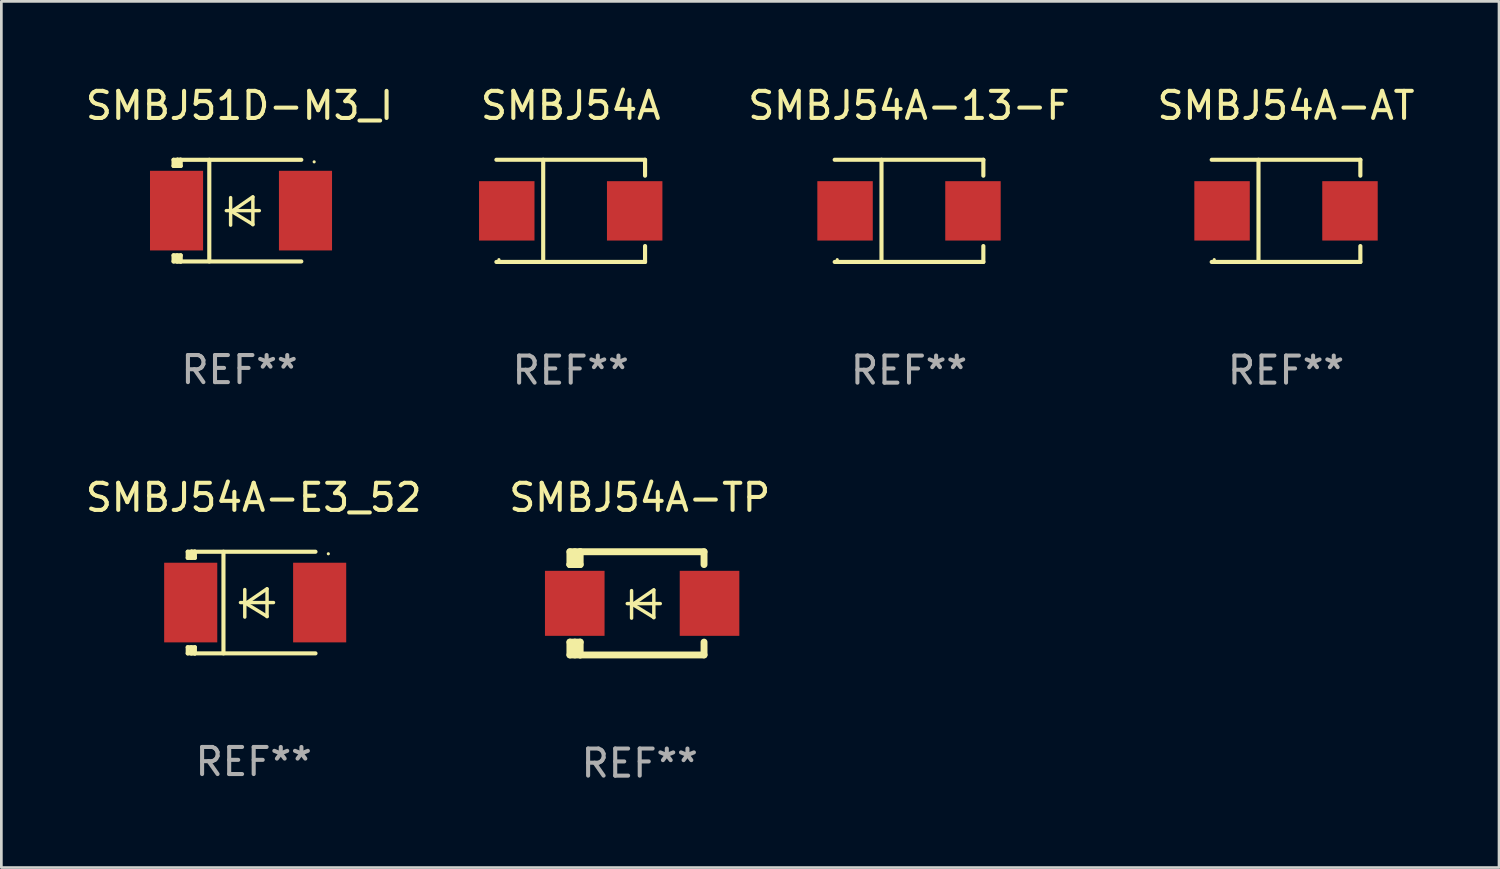
<source format=kicad_pcb>
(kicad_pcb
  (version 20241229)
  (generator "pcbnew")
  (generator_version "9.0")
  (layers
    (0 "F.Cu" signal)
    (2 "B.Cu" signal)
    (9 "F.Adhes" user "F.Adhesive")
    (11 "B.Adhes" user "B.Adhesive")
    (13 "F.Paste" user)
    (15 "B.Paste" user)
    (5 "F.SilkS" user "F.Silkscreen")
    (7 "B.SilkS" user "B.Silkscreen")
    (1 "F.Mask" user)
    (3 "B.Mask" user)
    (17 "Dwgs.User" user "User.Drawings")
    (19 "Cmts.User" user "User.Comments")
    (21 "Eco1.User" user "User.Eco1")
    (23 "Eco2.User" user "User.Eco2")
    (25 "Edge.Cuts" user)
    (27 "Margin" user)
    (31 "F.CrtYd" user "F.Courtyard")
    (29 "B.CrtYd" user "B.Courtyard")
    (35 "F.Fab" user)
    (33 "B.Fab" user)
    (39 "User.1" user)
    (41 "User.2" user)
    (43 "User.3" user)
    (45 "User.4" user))
  (footprint "SMBJ54A"
    (layer "F.Cu")
    (at 18.018 4.734)
    (property "Reference" "SMBJ54A" (at 0 -3.886 0) (layer "F.SilkS") (effects (font (size 1 1) (thickness 0.15))))
    (attr through_hole)
    (fp_line (start -2.744 -1.886) (end 2.744 -1.886) (stroke (width 0.152) (type solid)) (layer "F.SilkS"))
    (fp_line (start -2.744 1.886) (end 2.744 1.886) (stroke (width 0.152) (type solid)) (layer "F.SilkS"))
    (fp_line (start -1.016 -1.886) (end -1.016 1.886) (stroke (width 0.152) (type solid)) (layer "F.SilkS"))
    (fp_line (start 2.744 -1.886) (end 2.744 -1.299) (stroke (width 0.152) (type solid)) (layer "F.SilkS"))
    (fp_line (start 2.744 1.886) (end 2.744 1.299) (stroke (width 0.152) (type solid)) (layer "F.SilkS"))
    (fp_circle (center -2.65 1.8) (end -2.62 1.8) (stroke (width 0.06) (type solid)) (fill no) (layer "F.SilkS"))
    (fp_text user "REF**" (at 0 5.886 0) (layer "F.Fab") (effects (font (size 1 1) (thickness 0.15))))
    (pad "1" smd rect (at -2.361 0) (size 2.047 2.192) (layers "F.Cu" "F.Mask" "F.Paste"))
    (pad "2" smd rect (at 2.361 0) (size 2.047 2.192) (layers "F.Cu" "F.Mask" "F.Paste")))
  (footprint "SMBJ54A-E3_52"
    (layer "F.Cu")
    (at 6.315 19.193)
    (property "Reference" "SMBJ54A-E3_52" (at 0 -3.876 0) (layer "F.SilkS") (effects (font (size 1 1) (thickness 0.15))))
    (attr through_hole)
    (fp_line (start -2.435 1.65) (end -2.171 1.65) (stroke (width 0.152) (type solid)) (layer "F.SilkS"))
    (fp_line (start -2.435 1.876) (end -2.435 1.65) (stroke (width 0.152) (type solid)) (layer "F.SilkS"))
    (fp_line (start -2.435 -1.876) (end -2.171 -1.876) (stroke (width 0.152) (type solid)) (layer "F.SilkS"))
    (fp_line (start -2.435 -1.65) (end -2.435 -1.876) (stroke (width 0.152) (type solid)) (layer "F.SilkS"))
    (fp_line (start -2.305 -1.866) (end -2.295 -1.876) (stroke (width 0.152) (type solid)) (layer "F.SilkS"))
    (fp_line (start -2.305 -1.65) (end -2.305 -1.866) (stroke (width 0.152) (type solid)) (layer "F.SilkS"))
    (fp_line (start -2.305 1.876) (end -2.305 1.65) (stroke (width 0.152) (type solid)) (layer "F.SilkS"))
    (fp_line (start -2.295 -1.876) (end -2.295 -1.65) (stroke (width 0.152) (type solid)) (layer "F.SilkS"))
    (fp_line (start -2.171 1.876) (end -2.435 1.876) (stroke (width 0.152) (type solid)) (layer "F.SilkS"))
    (fp_line (start -2.171 -1.65) (end -2.435 -1.65) (stroke (width 0.152) (type solid)) (layer "F.SilkS"))
    (fp_line (start -2.171 -1.876) (end -2.295 -1.876) (stroke (width 0.152) (type solid)) (layer "F.SilkS"))
    (fp_line (start -2.171 -1.65) (end -2.171 -1.876) (stroke (width 0.152) (type solid)) (layer "F.SilkS"))
    (fp_line (start -2.171 1.876) (end -2.305 1.876) (stroke (width 0.152) (type solid)) (layer "F.SilkS"))
    (fp_line (start -2.171 1.876) (end -2.171 1.65) (stroke (width 0.152) (type solid)) (layer "F.SilkS"))
    (fp_line (start -1.116 1.876) (end -1.116 -1.876) (stroke (width 0.152) (type solid)) (layer "F.SilkS"))
    (fp_line (start -0.488 0.000102) (end 0.731 0.000102) (stroke (width 0.127) (type solid)) (layer "F.SilkS"))
    (fp_line (start -0.329 -0.48) (end -0.329 0.536) (stroke (width 0.127) (type solid)) (layer "F.SilkS"))
    (fp_line (start -0.29 0.03) (end 0.493 0.51) (stroke (width 0.127) (type solid)) (layer "F.SilkS"))
    (fp_line (start 0.493 -0.51) (end -0.29 0.03) (stroke (width 0.127) (type solid)) (layer "F.SilkS"))
    (fp_line (start 0.493 0.52) (end 0.493 -0.496) (stroke (width 0.127) (type solid)) (layer "F.SilkS"))
    (fp_line (start 2.281 -1.876) (end -2.171 -1.876) (stroke (width 0.152) (type solid)) (layer "F.SilkS"))
    (fp_line (start 2.281 1.876) (end -2.171 1.876) (stroke (width 0.152) (type solid)) (layer "F.SilkS"))
    (fp_circle (center 2.755 -1.8) (end 2.785 -1.8) (stroke (width 0.06) (type solid)) (fill no) (layer "F.SilkS"))
    (fp_text user "REF**" (at 0 5.876 0) (layer "F.Fab") (effects (font (size 1 1) (thickness 0.15))))
    (pad "1" smd rect (at 2.435 -0.000025 180) (size 1.96 2.94) (layers "F.Cu" "F.Mask" "F.Paste"))
    (pad "2" smd rect (at -2.325 -0.000025 180) (size 1.96 2.94) (layers "F.Cu" "F.Mask" "F.Paste")))
  (footprint "SMBJ54A-AT"
    (layer "F.Cu")
    (at 44.423 4.734)
    (property "Reference" "SMBJ54A-AT" (at 0 -3.886 0) (layer "F.SilkS") (effects (font (size 1 1) (thickness 0.15))))
    (attr through_hole)
    (fp_line (start -2.744 -1.886) (end 2.744 -1.886) (stroke (width 0.152) (type solid)) (layer "F.SilkS"))
    (fp_line (start -2.744 1.886) (end 2.744 1.886) (stroke (width 0.152) (type solid)) (layer "F.SilkS"))
    (fp_line (start -1.016 -1.886) (end -1.016 1.886) (stroke (width 0.152) (type solid)) (layer "F.SilkS"))
    (fp_line (start 2.744 -1.886) (end 2.744 -1.299) (stroke (width 0.152) (type solid)) (layer "F.SilkS"))
    (fp_line (start 2.744 1.886) (end 2.744 1.299) (stroke (width 0.152) (type solid)) (layer "F.SilkS"))
    (fp_circle (center -2.65 1.8) (end -2.62 1.8) (stroke (width 0.06) (type solid)) (fill no) (layer "F.SilkS"))
    (fp_text user "REF**" (at 0 5.886 0) (layer "F.Fab") (effects (font (size 1 1) (thickness 0.15))))
    (pad "1" smd rect (at -2.361 0) (size 2.047 2.192) (layers "F.Cu" "F.Mask" "F.Paste"))
    (pad "2" smd rect (at 2.361 0) (size 2.047 2.192) (layers "F.Cu" "F.Mask" "F.Paste")))
  (footprint "SMBJ54A-TP"
    (layer "F.Cu")
    (at 20.565 19.222)
    (property "Reference" "SMBJ54A-TP" (at 0 -3.905 0) (layer "F.SilkS") (effects (font (size 1 1) (thickness 0.15))))
    (attr through_hole)
    (fp_line (start -2.577 -1.905) (end -2.577 -1.431) (stroke (width 0.254) (type solid)) (layer "F.SilkS"))
    (fp_line (start -2.577 1.431) (end -2.577 1.905) (stroke (width 0.254) (type solid)) (layer "F.SilkS"))
    (fp_line (start -2.577 1.431) (end -2.198 1.431) (stroke (width 0.254) (type solid)) (layer "F.SilkS"))
    (fp_line (start -2.577 1.905) (end -2.198 1.905) (stroke (width 0.254) (type solid)) (layer "F.SilkS"))
    (fp_line (start -2.577 -1.431) (end -2.577 -1.431) (stroke (width 0.254) (type solid)) (layer "F.SilkS"))
    (fp_line (start -2.395 -1.431) (end -2.395 -1.905) (stroke (width 0.254) (type solid)) (layer "F.SilkS"))
    (fp_line (start -2.395 1.905) (end -2.395 1.431) (stroke (width 0.254) (type solid)) (layer "F.SilkS"))
    (fp_line (start -2.198 -1.905) (end -2.577 -1.905) (stroke (width 0.254) (type solid)) (layer "F.SilkS"))
    (fp_line (start -2.198 -1.905) (end 2.374 -1.905) (stroke (width 0.254) (type solid)) (layer "F.SilkS"))
    (fp_line (start -2.198 -1.431) (end -2.577 -1.431) (stroke (width 0.254) (type solid)) (layer "F.SilkS"))
    (fp_line (start -2.198 -1.431) (end -2.198 -1.905) (stroke (width 0.254) (type solid)) (layer "F.SilkS"))
    (fp_line (start -2.198 1.905) (end -2.198 1.431) (stroke (width 0.254) (type solid)) (layer "F.SilkS"))
    (fp_line (start -0.46 0.01) (end 0.759 0.01) (stroke (width 0.127) (type solid)) (layer "F.SilkS"))
    (fp_line (start -0.301 -0.47) (end -0.301 0.546) (stroke (width 0.127) (type solid)) (layer "F.SilkS"))
    (fp_line (start -0.262 0.04) (end 0.521 0.52) (stroke (width 0.127) (type solid)) (layer "F.SilkS"))
    (fp_line (start 0.521 -0.5) (end -0.262 0.04) (stroke (width 0.127) (type solid)) (layer "F.SilkS"))
    (fp_line (start 0.521 0.53) (end 0.521 -0.486) (stroke (width 0.127) (type solid)) (layer "F.SilkS"))
    (fp_line (start 2.374 -1.905) (end 2.374 -1.431) (stroke (width 0.254) (type solid)) (layer "F.SilkS"))
    (fp_line (start 2.374 1.431) (end 2.374 1.905) (stroke (width 0.254) (type solid)) (layer "F.SilkS"))
    (fp_line (start 2.374 1.905) (end -2.198 1.905) (stroke (width 0.254) (type solid)) (layer "F.SilkS"))
    (fp_circle (center -2.561 1.8) (end -2.531 1.8) (stroke (width 0.06) (type solid)) (fill no) (layer "F.SilkS"))
    (fp_text user "REF**" (at 0 5.905 0) (layer "F.Fab") (effects (font (size 1 1) (thickness 0.15))))
    (pad "1" smd rect (at -2.398 -0.000025) (size 2.2 2.4) (layers "F.Cu" "F.Mask" "F.Paste"))
    (pad "2" smd rect (at 2.577 -0.000025) (size 2.2 2.4) (layers "F.Cu" "F.Mask" "F.Paste")))
  (footprint "SMBJ51D-M3_I"
    (layer "F.Cu")
    (at 5.792 4.725)
    (property "Reference" "SMBJ51D-M3_I" (at 0 -3.876 0) (layer "F.SilkS") (effects (font (size 1 1) (thickness 0.15))))
    (attr through_hole)
    (fp_line (start -2.435 1.65) (end -2.171 1.65) (stroke (width 0.152) (type solid)) (layer "F.SilkS"))
    (fp_line (start -2.435 1.876) (end -2.435 1.65) (stroke (width 0.152) (type solid)) (layer "F.SilkS"))
    (fp_line (start -2.435 -1.876) (end -2.171 -1.876) (stroke (width 0.152) (type solid)) (layer "F.SilkS"))
    (fp_line (start -2.435 -1.65) (end -2.435 -1.876) (stroke (width 0.152) (type solid)) (layer "F.SilkS"))
    (fp_line (start -2.305 -1.866) (end -2.295 -1.876) (stroke (width 0.152) (type solid)) (layer "F.SilkS"))
    (fp_line (start -2.305 -1.65) (end -2.305 -1.866) (stroke (width 0.152) (type solid)) (layer "F.SilkS"))
    (fp_line (start -2.305 1.876) (end -2.305 1.65) (stroke (width 0.152) (type solid)) (layer "F.SilkS"))
    (fp_line (start -2.295 -1.876) (end -2.295 -1.65) (stroke (width 0.152) (type solid)) (layer "F.SilkS"))
    (fp_line (start -2.171 1.876) (end -2.435 1.876) (stroke (width 0.152) (type solid)) (layer "F.SilkS"))
    (fp_line (start -2.171 -1.65) (end -2.435 -1.65) (stroke (width 0.152) (type solid)) (layer "F.SilkS"))
    (fp_line (start -2.171 -1.876) (end -2.295 -1.876) (stroke (width 0.152) (type solid)) (layer "F.SilkS"))
    (fp_line (start -2.171 -1.65) (end -2.171 -1.876) (stroke (width 0.152) (type solid)) (layer "F.SilkS"))
    (fp_line (start -2.171 1.876) (end -2.305 1.876) (stroke (width 0.152) (type solid)) (layer "F.SilkS"))
    (fp_line (start -2.171 1.876) (end -2.171 1.65) (stroke (width 0.152) (type solid)) (layer "F.SilkS"))
    (fp_line (start -1.116 1.876) (end -1.116 -1.876) (stroke (width 0.152) (type solid)) (layer "F.SilkS"))
    (fp_line (start -0.488 0.000102) (end 0.731 0.000102) (stroke (width 0.127) (type solid)) (layer "F.SilkS"))
    (fp_line (start -0.329 -0.48) (end -0.329 0.536) (stroke (width 0.127) (type solid)) (layer "F.SilkS"))
    (fp_line (start -0.29 0.03) (end 0.493 0.51) (stroke (width 0.127) (type solid)) (layer "F.SilkS"))
    (fp_line (start 0.493 -0.51) (end -0.29 0.03) (stroke (width 0.127) (type solid)) (layer "F.SilkS"))
    (fp_line (start 0.493 0.52) (end 0.493 -0.496) (stroke (width 0.127) (type solid)) (layer "F.SilkS"))
    (fp_line (start 2.281 -1.876) (end -2.171 -1.876) (stroke (width 0.152) (type solid)) (layer "F.SilkS"))
    (fp_line (start 2.281 1.876) (end -2.171 1.876) (stroke (width 0.152) (type solid)) (layer "F.SilkS"))
    (fp_circle (center 2.755 -1.8) (end 2.785 -1.8) (stroke (width 0.06) (type solid)) (fill no) (layer "F.SilkS"))
    (fp_text user "REF**" (at 0 5.876 0) (layer "F.Fab") (effects (font (size 1 1) (thickness 0.15))))
    (pad "1" smd rect (at 2.435 -0.000025 180) (size 1.96 2.94) (layers "F.Cu" "F.Mask" "F.Paste"))
    (pad "2" smd rect (at -2.325 -0.000025 180) (size 1.96 2.94) (layers "F.Cu" "F.Mask" "F.Paste")))
  (footprint "SMBJ54A-13-F"
    (layer "F.Cu")
    (at 30.506 4.734)
    (property "Reference" "SMBJ54A-13-F" (at 0 -3.886 0) (layer "F.SilkS") (effects (font (size 1 1) (thickness 0.15))))
    (attr through_hole)
    (fp_line (start -2.744 -1.886) (end 2.744 -1.886) (stroke (width 0.152) (type solid)) (layer "F.SilkS"))
    (fp_line (start -2.744 1.886) (end 2.744 1.886) (stroke (width 0.152) (type solid)) (layer "F.SilkS"))
    (fp_line (start -1.016 -1.886) (end -1.016 1.886) (stroke (width 0.152) (type solid)) (layer "F.SilkS"))
    (fp_line (start 2.744 -1.886) (end 2.744 -1.299) (stroke (width 0.152) (type solid)) (layer "F.SilkS"))
    (fp_line (start 2.744 1.886) (end 2.744 1.299) (stroke (width 0.152) (type solid)) (layer "F.SilkS"))
    (fp_circle (center -2.65 1.8) (end -2.62 1.8) (stroke (width 0.06) (type solid)) (fill no) (layer "F.SilkS"))
    (fp_text user "REF**" (at 0 5.886 0) (layer "F.Fab") (effects (font (size 1 1) (thickness 0.15))))
    (pad "1" smd rect (at -2.361 0) (size 2.047 2.192) (layers "F.Cu" "F.Mask" "F.Paste"))
    (pad "2" smd rect (at 2.361 0) (size 2.047 2.192) (layers "F.Cu" "F.Mask" "F.Paste")))
  (gr_rect
    (start -3 -3)
    (end 52.286 28.975)
    (stroke (width 0.1) (type default))
    (fill no)
    (layer "Edge.Cuts")))
</source>
